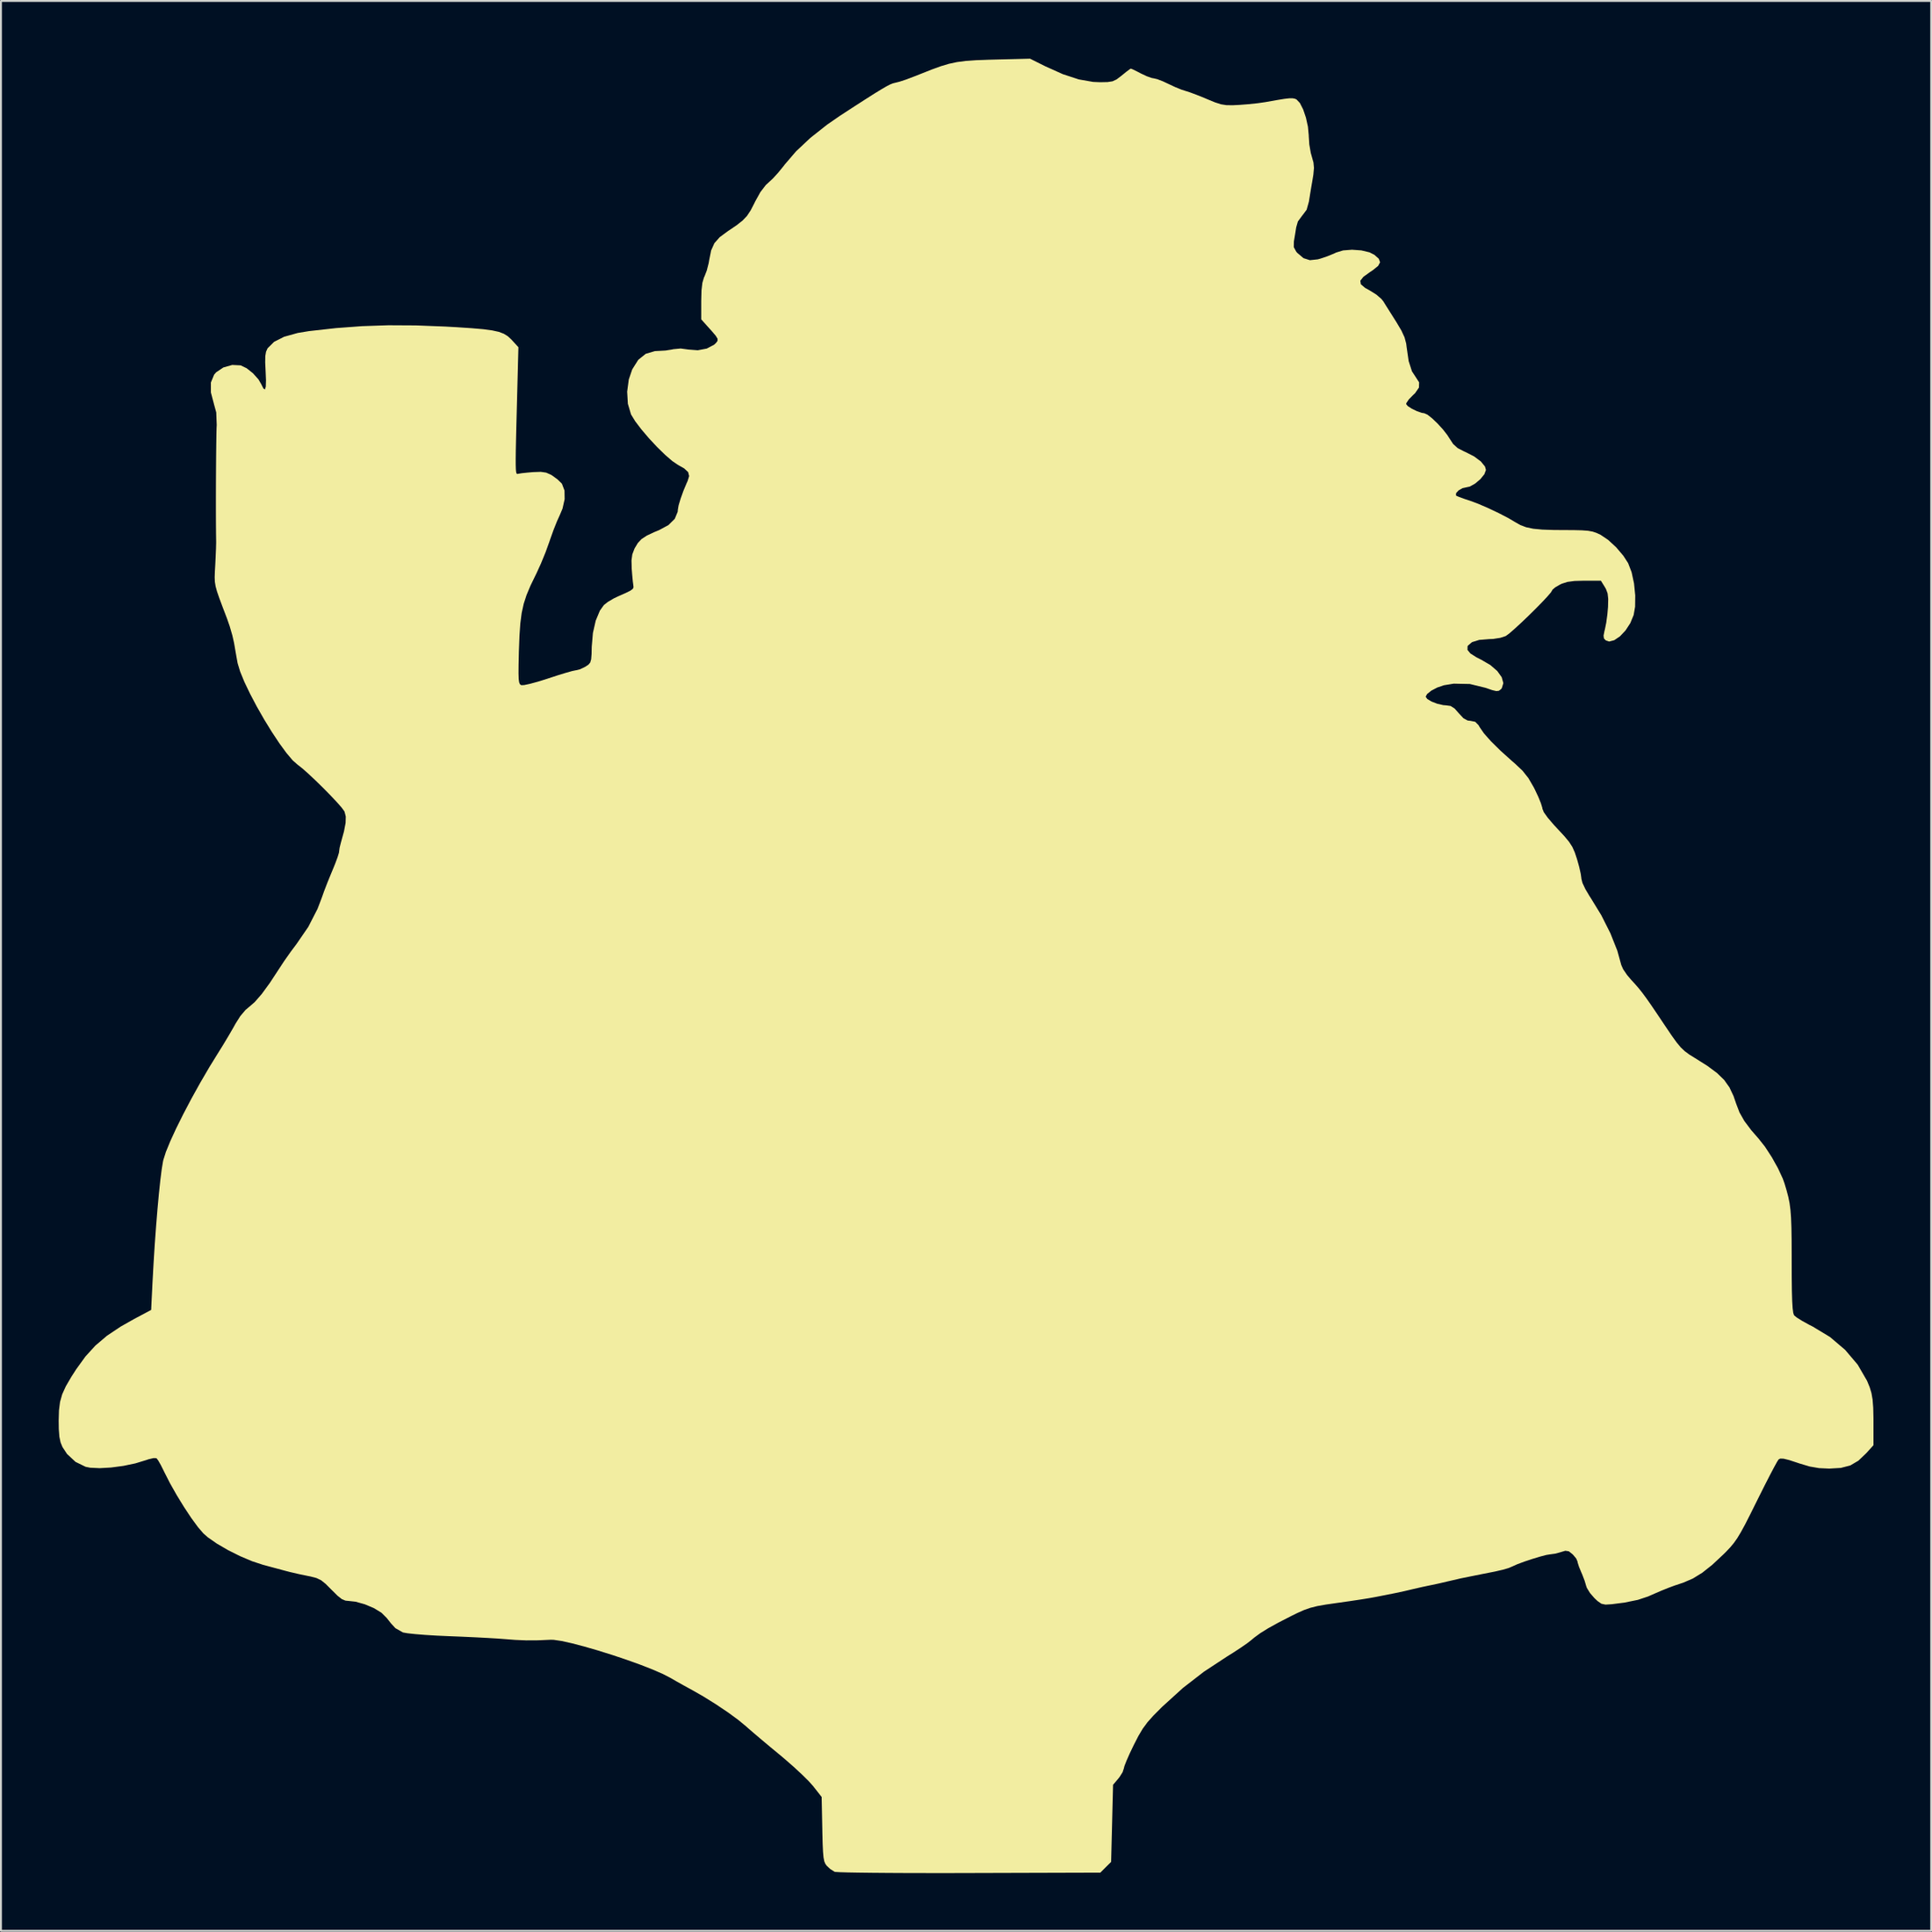
<source format=kicad_pcb>
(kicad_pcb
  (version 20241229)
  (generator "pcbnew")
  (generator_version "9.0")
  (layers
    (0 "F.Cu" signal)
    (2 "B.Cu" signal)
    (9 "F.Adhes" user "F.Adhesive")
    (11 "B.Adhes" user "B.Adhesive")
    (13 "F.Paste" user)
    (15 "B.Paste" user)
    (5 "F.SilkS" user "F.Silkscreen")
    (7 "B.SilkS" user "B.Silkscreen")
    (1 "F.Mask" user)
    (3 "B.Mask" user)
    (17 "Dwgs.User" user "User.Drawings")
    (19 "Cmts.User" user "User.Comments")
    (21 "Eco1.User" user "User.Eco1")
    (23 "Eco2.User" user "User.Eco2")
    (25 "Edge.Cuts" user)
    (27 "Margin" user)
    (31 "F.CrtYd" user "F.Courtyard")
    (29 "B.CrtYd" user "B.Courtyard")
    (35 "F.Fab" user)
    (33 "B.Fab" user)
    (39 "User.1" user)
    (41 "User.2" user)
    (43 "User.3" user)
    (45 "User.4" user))
  (footprint "Drear_Jeebus - Edge Cuts"
    (layer "F.Cu")
    (at 47.156 47.166)
    (property "Reference" "Drear_Jeebus - Edge Cuts" (at 0 0 0) (layer "F.SilkS") (effects (font (size 1.5 1.5) (thickness 0.3))))
    (attr board_only exclude_from_pos_files exclude_from_bom)
    (fp_poly (pts (xy 4.117 -46.771) (xy 5.037 -46.358) (xy 5.856 -46.09) (xy 6.603 -45.959) (xy 6.969 -45.943) (xy 7.355 -45.951) (xy 7.614 -45.991) (xy 7.822 -46.088) (xy 8.056 -46.264) (xy 8.096 -46.297) (xy 8.338 -46.493) (xy 8.511 -46.621) (xy 8.565 -46.651) (xy 8.673 -46.607) (xy 8.9 -46.495) (xy 9.086 -46.398) (xy 9.393 -46.253) (xy 9.653 -46.162) (xy 9.752 -46.145) (xy 9.94 -46.101) (xy 10.236 -45.987) (xy 10.512 -45.857) (xy 10.869 -45.69) (xy 11.202 -45.555) (xy 11.384 -45.497) (xy 11.616 -45.423) (xy 11.969 -45.292) (xy 12.379 -45.128) (xy 12.519 -45.068) (xy 12.937 -44.896) (xy 13.25 -44.795) (xy 13.536 -44.75) (xy 13.872 -44.747) (xy 14.189 -44.763) (xy 14.673 -44.8) (xy 15.162 -44.852) (xy 15.557 -44.909) (xy 15.584 -44.914) (xy 16.14 -45.013) (xy 16.533 -45.077) (xy 16.799 -45.108) (xy 16.975 -45.108) (xy 17.097 -45.083) (xy 17.173 -45.048) (xy 17.349 -44.863) (xy 17.518 -44.531) (xy 17.663 -44.104) (xy 17.767 -43.636) (xy 17.81 -43.182) (xy 17.81 -43.142) (xy 17.839 -42.71) (xy 17.914 -42.274) (xy 17.971 -42.068) (xy 18.055 -41.767) (xy 18.081 -41.488) (xy 18.049 -41.143) (xy 18.012 -40.911) (xy 17.936 -40.467) (xy 17.863 -40.02) (xy 17.818 -39.737) (xy 17.701 -39.317) (xy 17.49 -39.035) (xy 17.482 -39.028) (xy 17.245 -38.705) (xy 17.158 -38.404) (xy 17.1 -38.04) (xy 17.042 -37.694) (xy 17.037 -37.664) (xy 17.031 -37.374) (xy 17.161 -37.134) (xy 17.217 -37.071) (xy 17.537 -36.799) (xy 17.87 -36.693) (xy 18.278 -36.737) (xy 18.414 -36.774) (xy 18.782 -36.899) (xy 19.13 -37.041) (xy 19.229 -37.089) (xy 19.595 -37.201) (xy 20.058 -37.237) (xy 20.542 -37.202) (xy 20.97 -37.1) (xy 21.222 -36.973) (xy 21.451 -36.767) (xy 21.518 -36.585) (xy 21.416 -36.397) (xy 21.138 -36.173) (xy 20.997 -36.08) (xy 20.649 -35.829) (xy 20.489 -35.626) (xy 20.517 -35.444) (xy 20.734 -35.257) (xy 20.998 -35.109) (xy 21.321 -34.907) (xy 21.588 -34.676) (xy 21.687 -34.552) (xy 21.825 -34.33) (xy 22.035 -33.997) (xy 22.277 -33.614) (xy 22.36 -33.483) (xy 22.625 -33.037) (xy 22.788 -32.684) (xy 22.874 -32.359) (xy 22.898 -32.167) (xy 23.003 -31.448) (xy 23.174 -30.917) (xy 23.368 -30.621) (xy 23.546 -30.344) (xy 23.537 -30.074) (xy 23.338 -29.785) (xy 23.224 -29.677) (xy 23.012 -29.46) (xy 22.886 -29.274) (xy 22.87 -29.217) (xy 22.955 -29.112) (xy 23.164 -28.977) (xy 23.43 -28.849) (xy 23.685 -28.76) (xy 23.816 -28.739) (xy 23.979 -28.666) (xy 24.223 -28.474) (xy 24.505 -28.204) (xy 24.783 -27.9) (xy 25.014 -27.603) (xy 25.098 -27.47) (xy 25.314 -27.142) (xy 25.548 -26.928) (xy 25.885 -26.755) (xy 25.945 -26.729) (xy 26.4 -26.498) (xy 26.752 -26.236) (xy 26.968 -25.973) (xy 27.019 -25.794) (xy 26.937 -25.571) (xy 26.73 -25.316) (xy 26.458 -25.085) (xy 26.18 -24.929) (xy 26.019 -24.894) (xy 25.8 -24.846) (xy 25.599 -24.731) (xy 25.469 -24.592) (xy 25.461 -24.472) (xy 25.489 -24.446) (xy 25.634 -24.384) (xy 25.908 -24.285) (xy 26.188 -24.193) (xy 26.616 -24.034) (xy 27.14 -23.808) (xy 27.685 -23.549) (xy 28.18 -23.292) (xy 28.531 -23.085) (xy 28.808 -22.927) (xy 29.11 -22.814) (xy 29.475 -22.738) (xy 29.943 -22.693) (xy 30.551 -22.672) (xy 30.994 -22.669) (xy 31.586 -22.666) (xy 32.017 -22.655) (xy 32.329 -22.631) (xy 32.563 -22.588) (xy 32.762 -22.522) (xy 32.966 -22.427) (xy 32.979 -22.42) (xy 33.372 -22.155) (xy 33.788 -21.771) (xy 34.162 -21.33) (xy 34.409 -20.947) (xy 34.589 -20.478) (xy 34.715 -19.893) (xy 34.777 -19.27) (xy 34.77 -18.685) (xy 34.695 -18.254) (xy 34.521 -17.832) (xy 34.274 -17.454) (xy 33.987 -17.149) (xy 33.692 -16.947) (xy 33.422 -16.876) (xy 33.25 -16.932) (xy 33.151 -17.035) (xy 33.131 -17.183) (xy 33.183 -17.442) (xy 33.201 -17.509) (xy 33.271 -17.855) (xy 33.33 -18.298) (xy 33.362 -18.671) (xy 33.373 -19.089) (xy 33.341 -19.377) (xy 33.255 -19.607) (xy 33.197 -19.708) (xy 32.993 -20.037) (xy 32.127 -20.037) (xy 31.622 -20.023) (xy 31.255 -19.974) (xy 30.963 -19.881) (xy 30.861 -19.832) (xy 30.618 -19.69) (xy 30.476 -19.569) (xy 30.46 -19.535) (xy 30.39 -19.422) (xy 30.201 -19.203) (xy 29.922 -18.906) (xy 29.584 -18.562) (xy 29.217 -18.2) (xy 28.85 -17.85) (xy 28.515 -17.542) (xy 28.242 -17.304) (xy 28.059 -17.168) (xy 28.041 -17.158) (xy 27.762 -17.067) (xy 27.39 -17.01) (xy 27.181 -17.001) (xy 26.67 -16.96) (xy 26.295 -16.844) (xy 26.082 -16.662) (xy 26.062 -16.62) (xy 26.06 -16.439) (xy 26.21 -16.256) (xy 26.529 -16.053) (xy 26.77 -15.932) (xy 27.245 -15.656) (xy 27.607 -15.343) (xy 27.839 -15.02) (xy 27.923 -14.713) (xy 27.842 -14.449) (xy 27.794 -14.393) (xy 27.691 -14.316) (xy 27.559 -14.3) (xy 27.346 -14.35) (xy 26.999 -14.47) (xy 26.185 -14.668) (xy 25.347 -14.686) (xy 24.834 -14.603) (xy 24.489 -14.486) (xy 24.18 -14.323) (xy 23.96 -14.147) (xy 23.885 -14.009) (xy 23.971 -13.887) (xy 24.194 -13.756) (xy 24.49 -13.641) (xy 24.797 -13.571) (xy 24.94 -13.56) (xy 25.183 -13.527) (xy 25.387 -13.397) (xy 25.602 -13.155) (xy 25.848 -12.889) (xy 26.069 -12.769) (xy 26.223 -12.751) (xy 26.461 -12.704) (xy 26.632 -12.531) (xy 26.695 -12.422) (xy 26.914 -12.104) (xy 27.28 -11.691) (xy 27.776 -11.202) (xy 28.382 -10.657) (xy 28.517 -10.541) (xy 28.917 -10.165) (xy 29.224 -9.779) (xy 29.504 -9.297) (xy 29.552 -9.202) (xy 29.735 -8.815) (xy 29.874 -8.475) (xy 29.947 -8.236) (xy 29.954 -8.185) (xy 30.027 -8.004) (xy 30.235 -7.713) (xy 30.56 -7.334) (xy 30.738 -7.143) (xy 31.095 -6.759) (xy 31.341 -6.462) (xy 31.51 -6.199) (xy 31.636 -5.916) (xy 31.753 -5.564) (xy 31.864 -5.163) (xy 31.945 -4.806) (xy 31.98 -4.562) (xy 31.98 -4.542) (xy 32.036 -4.327) (xy 32.187 -4.007) (xy 32.408 -3.635) (xy 32.445 -3.581) (xy 33.013 -2.653) (xy 33.487 -1.713) (xy 33.846 -0.809) (xy 34.051 -0.067) (xy 34.151 0.158) (xy 34.351 0.452) (xy 34.563 0.703) (xy 34.773 0.931) (xy 34.959 1.146) (xy 35.144 1.378) (xy 35.351 1.658) (xy 35.601 2.014) (xy 35.916 2.479) (xy 36.32 3.081) (xy 36.337 3.107) (xy 36.67 3.6) (xy 36.928 3.958) (xy 37.145 4.219) (xy 37.353 4.416) (xy 37.586 4.588) (xy 37.879 4.77) (xy 37.884 4.773) (xy 38.535 5.183) (xy 39.03 5.551) (xy 39.4 5.911) (xy 39.675 6.298) (xy 39.886 6.746) (xy 40.019 7.134) (xy 40.195 7.596) (xy 40.448 8.043) (xy 40.81 8.525) (xy 41.186 8.956) (xy 41.522 9.381) (xy 41.872 9.919) (xy 42.194 10.495) (xy 42.445 11.036) (xy 42.534 11.283) (xy 42.645 11.655) (xy 42.732 11.987) (xy 42.798 12.312) (xy 42.844 12.664) (xy 42.875 13.076) (xy 42.894 13.58) (xy 42.904 14.21) (xy 42.907 14.998) (xy 42.907 15.298) (xy 42.91 16.178) (xy 42.918 16.872) (xy 42.934 17.398) (xy 42.957 17.772) (xy 42.989 18.013) (xy 43.029 18.135) (xy 43.033 18.141) (xy 43.177 18.259) (xy 43.455 18.433) (xy 43.818 18.633) (xy 44.001 18.726) (xy 44.9 19.269) (xy 45.687 19.938) (xy 46.337 20.704) (xy 46.823 21.541) (xy 46.961 21.875) (xy 47.053 22.178) (xy 47.112 22.517) (xy 47.145 22.945) (xy 47.157 23.513) (xy 47.157 23.653) (xy 47.157 24.893) (xy 46.784 25.306) (xy 46.374 25.697) (xy 45.953 25.944) (xy 45.461 26.072) (xy 44.859 26.107) (xy 44.332 26.083) (xy 43.846 25.999) (xy 43.301 25.837) (xy 43.211 25.806) (xy 42.775 25.663) (xy 42.488 25.592) (xy 42.315 25.586) (xy 42.228 25.631) (xy 42.149 25.754) (xy 41.996 26.032) (xy 41.783 26.436) (xy 41.525 26.939) (xy 41.237 27.513) (xy 41.091 27.806) (xy 40.755 28.482) (xy 40.488 29.007) (xy 40.268 29.41) (xy 40.079 29.724) (xy 39.899 29.978) (xy 39.711 30.204) (xy 39.494 30.433) (xy 39.367 30.559) (xy 38.777 31.11) (xy 38.259 31.521) (xy 37.773 31.82) (xy 37.279 32.033) (xy 37.166 32.071) (xy 36.818 32.187) (xy 36.493 32.307) (xy 36.128 32.455) (xy 35.664 32.656) (xy 35.444 32.753) (xy 34.915 32.929) (xy 34.211 33.072) (xy 33.545 33.157) (xy 33.231 33.176) (xy 33.02 33.131) (xy 32.819 32.991) (xy 32.66 32.842) (xy 32.428 32.575) (xy 32.265 32.31) (xy 32.226 32.201) (xy 32.148 31.937) (xy 32.021 31.606) (xy 31.972 31.494) (xy 31.854 31.208) (xy 31.784 30.987) (xy 31.775 30.93) (xy 31.707 30.776) (xy 31.54 30.578) (xy 31.52 30.559) (xy 31.323 30.403) (xy 31.145 30.377) (xy 30.931 30.44) (xy 30.632 30.525) (xy 30.374 30.561) (xy 30.369 30.561) (xy 30.163 30.594) (xy 29.828 30.682) (xy 29.424 30.804) (xy 29.01 30.942) (xy 28.648 31.077) (xy 28.396 31.19) (xy 28.199 31.274) (xy 27.905 31.361) (xy 27.48 31.458) (xy 26.89 31.575) (xy 26.867 31.579) (xy 25.716 31.811) (xy 24.995 31.978) (xy 24.587 32.074) (xy 24.16 32.165) (xy 24.084 32.18) (xy 23.676 32.266) (xy 23.25 32.364) (xy 23.174 32.382) (xy 22.771 32.477) (xy 22.338 32.571) (xy 22.238 32.591) (xy 21.834 32.671) (xy 21.385 32.759) (xy 21.226 32.79) (xy 20.925 32.844) (xy 20.48 32.915) (xy 19.946 32.995) (xy 19.379 33.076) (xy 19.278 33.09) (xy 18.689 33.175) (xy 18.245 33.254) (xy 17.889 33.343) (xy 17.563 33.458) (xy 17.211 33.615) (xy 16.9 33.768) (xy 16.223 34.116) (xy 15.699 34.406) (xy 15.293 34.659) (xy 14.972 34.894) (xy 14.825 35.018) (xy 14.612 35.183) (xy 14.276 35.416) (xy 13.869 35.682) (xy 13.56 35.875) (xy 12.358 36.665) (xy 11.271 37.507) (xy 10.21 38.47) (xy 10.158 38.521) (xy 9.738 38.942) (xy 9.428 39.29) (xy 9.181 39.625) (xy 8.955 40.006) (xy 8.716 40.472) (xy 8.509 40.904) (xy 8.341 41.284) (xy 8.231 41.566) (xy 8.197 41.699) (xy 8.135 41.886) (xy 7.979 42.133) (xy 7.919 42.21) (xy 7.64 42.54) (xy 7.59 44.543) (xy 7.539 46.546) (xy 7.258 46.826) (xy 6.978 47.106) (xy 0.175 47.126) (xy -0.985 47.129) (xy -2.088 47.128) (xy -3.118 47.126) (xy -4.057 47.121) (xy -4.888 47.114) (xy -5.594 47.105) (xy -6.157 47.095) (xy -6.561 47.083) (xy -6.789 47.069) (xy -6.831 47.062) (xy -7.05 46.924) (xy -7.235 46.754) (xy -7.311 46.652) (xy -7.367 46.52) (xy -7.406 46.323) (xy -7.433 46.031) (xy -7.452 45.609) (xy -7.467 45.026) (xy -7.47 44.852) (xy -7.503 43.175) (xy -7.947 42.609) (xy -8.183 42.345) (xy -8.539 41.994) (xy -8.973 41.593) (xy -9.446 41.18) (xy -9.682 40.982) (xy -10.158 40.589) (xy -10.616 40.205) (xy -11.018 39.864) (xy -11.324 39.6) (xy -11.431 39.504) (xy -11.845 39.163) (xy -12.387 38.767) (xy -13.007 38.351) (xy -13.652 37.949) (xy -14.228 37.62) (xy -14.641 37.394) (xy -15.055 37.162) (xy -15.38 36.975) (xy -15.382 36.974) (xy -15.779 36.77) (xy -16.313 36.539) (xy -16.949 36.291) (xy -17.655 36.038) (xy -18.395 35.79) (xy -19.137 35.558) (xy -19.845 35.353) (xy -20.485 35.185) (xy -21.025 35.066) (xy -21.43 35.006) (xy -21.58 35.002) (xy -22.268 35.032) (xy -22.854 35.035) (xy -23.436 35.01) (xy -23.933 34.971) (xy -24.33 34.941) (xy -24.878 34.908) (xy -25.526 34.874) (xy -26.222 34.842) (xy -26.867 34.816) (xy -27.514 34.787) (xy -28.114 34.75) (xy -28.631 34.708) (xy -29.025 34.665) (xy -29.259 34.624) (xy -29.27 34.62) (xy -29.658 34.4) (xy -29.884 34.153) (xy -30.113 33.865) (xy -30.365 33.614) (xy -30.396 33.589) (xy -30.776 33.357) (xy -31.25 33.158) (xy -31.727 33.025) (xy -32.045 32.99) (xy -32.254 32.969) (xy -32.444 32.888) (xy -32.664 32.714) (xy -32.963 32.418) (xy -32.98 32.401) (xy -33.282 32.099) (xy -33.519 31.909) (xy -33.757 31.795) (xy -34.063 31.715) (xy -34.204 31.687) (xy -34.662 31.592) (xy -35.143 31.48) (xy -35.418 31.409) (xy -35.865 31.288) (xy -36.346 31.159) (xy -36.531 31.11) (xy -37.102 30.922) (xy -37.729 30.657) (xy -38.358 30.342) (xy -38.935 30.006) (xy -39.407 29.677) (xy -39.635 29.477) (xy -39.923 29.141) (xy -40.269 28.668) (xy -40.645 28.1) (xy -41.022 27.485) (xy -41.373 26.865) (xy -41.667 26.286) (xy -41.686 26.247) (xy -41.847 25.924) (xy -41.988 25.678) (xy -42.076 25.565) (xy -42.224 25.56) (xy -42.482 25.621) (xy -42.618 25.667) (xy -43.17 25.836) (xy -43.793 25.966) (xy -44.43 26.051) (xy -45.025 26.085) (xy -45.521 26.061) (xy -45.757 26.014) (xy -46.279 25.759) (xy -46.721 25.349) (xy -46.959 24.987) (xy -47.059 24.742) (xy -47.12 24.452) (xy -47.15 24.061) (xy -47.156 23.608) (xy -47.141 23.081) (xy -47.086 22.644) (xy -46.973 22.243) (xy -46.783 21.826) (xy -46.498 21.338) (xy -46.247 20.947) (xy -45.764 20.279) (xy -45.246 19.712) (xy -44.652 19.207) (xy -43.938 18.729) (xy -43.21 18.318) (xy -42.35 17.861) (xy -42.278 16.394) (xy -42.225 15.43) (xy -42.164 14.463) (xy -42.095 13.52) (xy -42.022 12.629) (xy -41.947 11.818) (xy -41.873 11.117) (xy -41.802 10.552) (xy -41.736 10.153) (xy -41.718 10.069) (xy -41.584 9.649) (xy -41.355 9.09) (xy -41.047 8.421) (xy -40.674 7.672) (xy -40.253 6.872) (xy -39.798 6.053) (xy -39.326 5.244) (xy -38.9 4.554) (xy -38.61 4.088) (xy -38.323 3.609) (xy -38.079 3.189) (xy -37.966 2.985) (xy -37.72 2.595) (xy -37.448 2.272) (xy -37.289 2.138) (xy -36.971 1.865) (xy -36.605 1.445) (xy -36.18 0.863) (xy -35.72 0.161) (xy -35.428 -0.283) (xy -35.095 -0.756) (xy -34.794 -1.158) (xy -34.787 -1.168) (xy -34.184 -2.046) (xy -33.703 -2.984) (xy -33.494 -3.531) (xy -33.363 -3.898) (xy -33.184 -4.363) (xy -32.99 -4.837) (xy -32.946 -4.941) (xy -32.785 -5.335) (xy -32.661 -5.67) (xy -32.592 -5.896) (xy -32.585 -5.946) (xy -32.557 -6.156) (xy -32.491 -6.419) (xy -32.328 -7.011) (xy -32.244 -7.453) (xy -32.235 -7.78) (xy -32.298 -8.026) (xy -32.316 -8.062) (xy -32.447 -8.241) (xy -32.694 -8.523) (xy -33.023 -8.872) (xy -33.4 -9.256) (xy -33.791 -9.639) (xy -34.163 -9.99) (xy -34.481 -10.272) (xy -34.711 -10.454) (xy -34.731 -10.467) (xy -34.995 -10.7) (xy -35.321 -11.086) (xy -35.69 -11.591) (xy -36.083 -12.184) (xy -36.48 -12.831) (xy -36.862 -13.5) (xy -37.209 -14.159) (xy -37.504 -14.774) (xy -37.725 -15.313) (xy -37.855 -15.743) (xy -37.864 -15.786) (xy -37.932 -16.166) (xy -38.008 -16.606) (xy -38.041 -16.798) (xy -38.129 -17.189) (xy -38.265 -17.658) (xy -38.405 -18.063) (xy -38.638 -18.673) (xy -38.809 -19.132) (xy -38.928 -19.477) (xy -39.001 -19.746) (xy -39.039 -19.979) (xy -39.049 -20.212) (xy -39.04 -20.484) (xy -39.021 -20.82) (xy -38.998 -21.279) (xy -38.981 -21.69) (xy -38.973 -21.993) (xy -38.973 -22.086) (xy -38.979 -22.507) (xy -38.983 -23.056) (xy -38.985 -23.698) (xy -38.985 -24.4) (xy -38.983 -25.128) (xy -38.979 -25.849) (xy -38.974 -26.528) (xy -38.967 -27.131) (xy -38.959 -27.626) (xy -38.95 -27.979) (xy -38.942 -28.132) (xy -38.968 -28.785) (xy -39.08 -29.193) (xy -39.246 -29.821) (xy -39.246 -30.337) (xy -39.079 -30.743) (xy -38.975 -30.865) (xy -38.596 -31.12) (xy -38.138 -31.249) (xy -37.698 -31.228) (xy -37.389 -31.08) (xy -37.058 -30.816) (xy -36.775 -30.5) (xy -36.633 -30.258) (xy -36.516 -30.024) (xy -36.437 -29.977) (xy -36.393 -30.121) (xy -36.383 -30.459) (xy -36.402 -30.911) (xy -36.424 -31.39) (xy -36.418 -31.716) (xy -36.38 -31.937) (xy -36.305 -32.103) (xy -36.292 -32.123) (xy -35.961 -32.451) (xy -35.441 -32.714) (xy -34.734 -32.911) (xy -34.153 -33.007) (xy -32.744 -33.165) (xy -31.385 -33.266) (xy -30.019 -33.312) (xy -28.591 -33.304) (xy -27.043 -33.244) (xy -26.463 -33.211) (xy -25.688 -33.159) (xy -25.086 -33.107) (xy -24.627 -33.045) (xy -24.283 -32.969) (xy -24.023 -32.871) (xy -23.818 -32.744) (xy -23.64 -32.581) (xy -23.601 -32.539) (xy -23.264 -32.171) (xy -23.32 -30.025) (xy -23.348 -28.958) (xy -23.371 -28.075) (xy -23.388 -27.36) (xy -23.4 -26.795) (xy -23.405 -26.363) (xy -23.404 -26.047) (xy -23.397 -25.828) (xy -23.384 -25.69) (xy -23.363 -25.615) (xy -23.336 -25.586) (xy -23.302 -25.586) (xy -23.275 -25.593) (xy -23.097 -25.622) (xy -22.791 -25.655) (xy -22.496 -25.68) (xy -22.103 -25.694) (xy -21.826 -25.654) (xy -21.581 -25.547) (xy -21.509 -25.504) (xy -21.239 -25.307) (xy -21.027 -25.103) (xy -20.998 -25.066) (xy -20.868 -24.722) (xy -20.861 -24.276) (xy -20.971 -23.785) (xy -21.105 -23.467) (xy -21.258 -23.128) (xy -21.437 -22.679) (xy -21.609 -22.199) (xy -21.655 -22.064) (xy -21.849 -21.526) (xy -22.093 -20.929) (xy -22.339 -20.391) (xy -22.372 -20.325) (xy -22.638 -19.777) (xy -22.84 -19.295) (xy -22.989 -18.838) (xy -23.094 -18.359) (xy -23.165 -17.815) (xy -23.21 -17.161) (xy -23.24 -16.354) (xy -23.242 -16.266) (xy -23.256 -15.658) (xy -23.259 -15.223) (xy -23.25 -14.931) (xy -23.225 -14.75) (xy -23.182 -14.653) (xy -23.12 -14.607) (xy -23.118 -14.607) (xy -22.963 -14.613) (xy -22.659 -14.678) (xy -22.249 -14.79) (xy -21.773 -14.939) (xy -21.703 -14.962) (xy -21.219 -15.12) (xy -20.792 -15.251) (xy -20.466 -15.343) (xy -20.282 -15.381) (xy -20.271 -15.382) (xy -20.062 -15.433) (xy -19.801 -15.558) (xy -19.777 -15.572) (xy -19.625 -15.673) (xy -19.533 -15.782) (xy -19.483 -15.95) (xy -19.461 -16.226) (xy -19.452 -16.609) (xy -19.392 -17.321) (xy -19.247 -17.96) (xy -19.03 -18.48) (xy -18.823 -18.771) (xy -18.612 -18.937) (xy -18.297 -19.122) (xy -18.086 -19.222) (xy -17.69 -19.397) (xy -17.446 -19.518) (xy -17.322 -19.609) (xy -17.282 -19.695) (xy -17.292 -19.798) (xy -17.318 -19.994) (xy -17.349 -20.317) (xy -17.376 -20.658) (xy -17.388 -21.088) (xy -17.345 -21.405) (xy -17.236 -21.692) (xy -17.217 -21.73) (xy -17.058 -21.996) (xy -16.863 -22.202) (xy -16.588 -22.382) (xy -16.185 -22.57) (xy -15.952 -22.666) (xy -15.466 -22.928) (xy -15.137 -23.254) (xy -14.985 -23.623) (xy -14.977 -23.732) (xy -14.938 -23.955) (xy -14.834 -24.301) (xy -14.688 -24.708) (xy -14.518 -25.114) (xy -14.471 -25.216) (xy -14.391 -25.475) (xy -14.443 -25.681) (xy -14.65 -25.873) (xy -14.966 -26.052) (xy -15.263 -26.252) (xy -15.639 -26.577) (xy -16.058 -26.986) (xy -16.481 -27.44) (xy -16.87 -27.897) (xy -17.19 -28.317) (xy -17.401 -28.661) (xy -17.415 -28.689) (xy -17.575 -29.232) (xy -17.612 -29.86) (xy -17.527 -30.497) (xy -17.35 -31.017) (xy -17.037 -31.514) (xy -16.649 -31.827) (xy -16.17 -31.968) (xy -15.976 -31.978) (xy -15.614 -31.999) (xy -15.278 -32.053) (xy -15.217 -32.068) (xy -14.832 -32.105) (xy -14.435 -32.051) (xy -13.945 -32.012) (xy -13.475 -32.101) (xy -13.092 -32.302) (xy -12.993 -32.395) (xy -12.915 -32.502) (xy -12.914 -32.611) (xy -13.009 -32.767) (xy -13.218 -33.013) (xy -13.295 -33.098) (xy -13.763 -33.619) (xy -13.763 -34.574) (xy -13.749 -35.124) (xy -13.703 -35.517) (xy -13.621 -35.795) (xy -13.592 -35.853) (xy -13.476 -36.152) (xy -13.378 -36.532) (xy -13.349 -36.699) (xy -13.248 -37.201) (xy -13.079 -37.577) (xy -12.803 -37.89) (xy -12.378 -38.203) (xy -11.932 -38.504) (xy -11.617 -38.751) (xy -11.386 -38.994) (xy -11.195 -39.281) (xy -11 -39.66) (xy -10.964 -39.735) (xy -10.69 -40.23) (xy -10.407 -40.6) (xy -10.272 -40.724) (xy -10.044 -40.934) (xy -9.757 -41.249) (xy -9.467 -41.606) (xy -9.42 -41.669) (xy -8.837 -42.349) (xy -8.092 -43.049) (xy -7.218 -43.74) (xy -6.551 -44.2) (xy -5.804 -44.686) (xy -5.207 -45.07) (xy -4.741 -45.366) (xy -4.386 -45.583) (xy -4.124 -45.735) (xy -3.936 -45.831) (xy -3.802 -45.884) (xy -3.744 -45.899) (xy -3.466 -45.968) (xy -3.109 -46.085) (xy -2.631 -46.266) (xy -2.378 -46.367) (xy -1.793 -46.599) (xy -1.311 -46.774) (xy -0.885 -46.901) (xy -0.47 -46.99) (xy -0.018 -47.049) (xy 0.517 -47.087) (xy 1.181 -47.112) (xy 1.638 -47.124) (xy 3.326 -47.166)) (stroke (width 0) (type solid)) (fill yes) (layer "F.SilkS")))
  (gr_rect
    (start -3 -3)
    (end 97.313 97.295)
    (stroke (width 0.1) (type default))
    (fill no)
    (layer "Edge.Cuts")))
</source>
